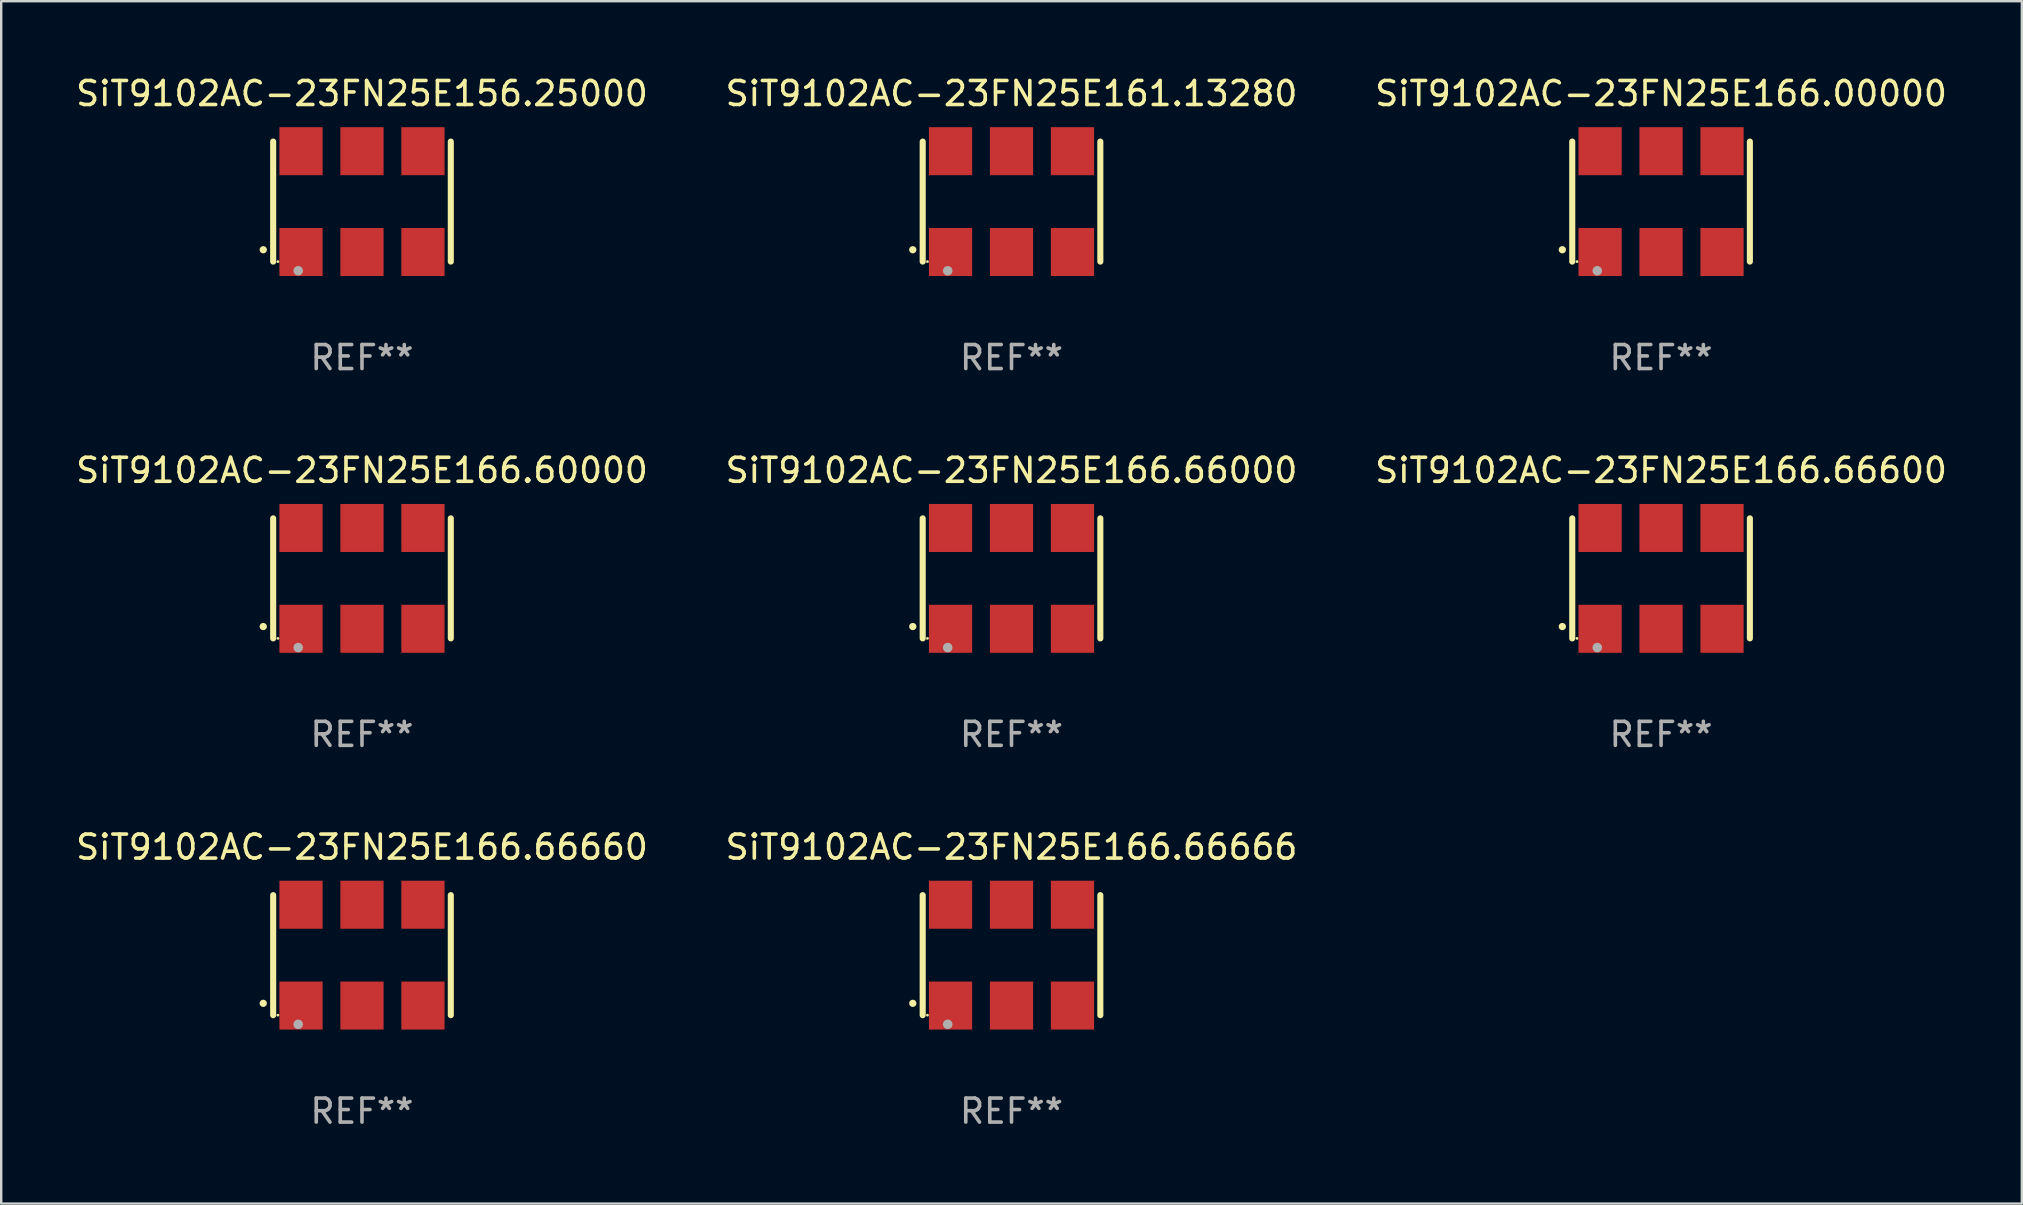
<source format=kicad_pcb>
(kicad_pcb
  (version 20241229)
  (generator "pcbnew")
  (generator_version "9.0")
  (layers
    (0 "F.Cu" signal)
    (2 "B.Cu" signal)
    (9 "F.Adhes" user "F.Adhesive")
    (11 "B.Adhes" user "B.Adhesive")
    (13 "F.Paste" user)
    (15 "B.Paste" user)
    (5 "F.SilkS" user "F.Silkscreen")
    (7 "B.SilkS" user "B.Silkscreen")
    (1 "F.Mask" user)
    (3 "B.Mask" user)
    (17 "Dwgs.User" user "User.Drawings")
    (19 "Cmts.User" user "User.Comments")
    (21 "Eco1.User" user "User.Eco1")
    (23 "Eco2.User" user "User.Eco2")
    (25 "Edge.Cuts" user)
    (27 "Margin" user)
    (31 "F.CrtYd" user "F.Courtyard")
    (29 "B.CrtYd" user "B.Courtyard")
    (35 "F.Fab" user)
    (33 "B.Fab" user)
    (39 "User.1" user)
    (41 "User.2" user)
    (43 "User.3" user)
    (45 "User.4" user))
  (footprint "SiT9102AC-23FN25E166.66600"
    (layer "F.Cu")
    (at 66.149 21.045)
    (property "Reference" "SiT9102AC-23FN25E166.66600" (at 0 -4.5 0) (layer "F.SilkS") (effects (font (size 1 1) (thickness 0.15))))
    (attr through_hole)
    (fp_line (start -3.7 -2.5) (end -3.7 2.5) (stroke (width 0.254) (type solid)) (layer "F.SilkS"))
    (fp_line (start 3.7 -2.5) (end 3.7 2.5) (stroke (width 0.254) (type solid)) (layer "F.SilkS"))
    (fp_arc (start -4.114415 2.006604) (mid -4.113145 2.006599) (end -4.111875 2.006604) (stroke (width 0.3) (type solid)) (layer "F.SilkS"))
    (fp_circle (center -3.502 2.5) (end -3.472 2.5) (stroke (width 0.06) (type solid)) (fill no) (layer "F.SilkS"))
    (fp_circle (center -2.657 2.882) (end -2.557 2.882) (stroke (width 0.2) (type solid)) (fill no) (layer "F.Fab"))
    (fp_text user "REF**" (at 0 6.5 0) (layer "F.Fab") (effects (font (size 1 1) (thickness 0.15))))
    (pad "1" smd rect (at -2.54 2.1) (size 1.8 2) (layers "F.Cu" "F.Mask" "F.Paste"))
    (pad "2" smd rect (at 0.000394 2.1) (size 1.8 2) (layers "F.Cu" "F.Mask" "F.Paste"))
    (pad "3" smd rect (at 2.54 2.1) (size 1.8 2) (layers "F.Cu" "F.Mask" "F.Paste"))
    (pad "4" smd rect (at 2.54 -2.1) (size 1.8 2) (layers "F.Cu" "F.Mask" "F.Paste"))
    (pad "5" smd rect (at 0.000394 -2.1) (size 1.8 2) (layers "F.Cu" "F.Mask" "F.Paste"))
    (pad "6" smd rect (at -2.54 -2.1) (size 1.8 2) (layers "F.Cu" "F.Mask" "F.Paste")))
  (footprint "SiT9102AC-23FN25E161.13280"
    (layer "F.Cu")
    (at 39.089 5.348)
    (property "Reference" "SiT9102AC-23FN25E161.13280" (at 0 -4.5 0) (layer "F.SilkS") (effects (font (size 1 1) (thickness 0.15))))
    (attr through_hole)
    (fp_line (start -3.7 -2.5) (end -3.7 2.5) (stroke (width 0.254) (type solid)) (layer "F.SilkS"))
    (fp_line (start 3.7 -2.5) (end 3.7 2.5) (stroke (width 0.254) (type solid)) (layer "F.SilkS"))
    (fp_arc (start -4.114415 2.006604) (mid -4.113145 2.006599) (end -4.111875 2.006604) (stroke (width 0.3) (type solid)) (layer "F.SilkS"))
    (fp_circle (center -3.502 2.5) (end -3.472 2.5) (stroke (width 0.06) (type solid)) (fill no) (layer "F.SilkS"))
    (fp_circle (center -2.657 2.882) (end -2.557 2.882) (stroke (width 0.2) (type solid)) (fill no) (layer "F.Fab"))
    (fp_text user "REF**" (at 0 6.5 0) (layer "F.Fab") (effects (font (size 1 1) (thickness 0.15))))
    (pad "1" smd rect (at -2.54 2.1) (size 1.8 2) (layers "F.Cu" "F.Mask" "F.Paste"))
    (pad "2" smd rect (at 0.000394 2.1) (size 1.8 2) (layers "F.Cu" "F.Mask" "F.Paste"))
    (pad "3" smd rect (at 2.54 2.1) (size 1.8 2) (layers "F.Cu" "F.Mask" "F.Paste"))
    (pad "4" smd rect (at 2.54 -2.1) (size 1.8 2) (layers "F.Cu" "F.Mask" "F.Paste"))
    (pad "5" smd rect (at 0.000394 -2.1) (size 1.8 2) (layers "F.Cu" "F.Mask" "F.Paste"))
    (pad "6" smd rect (at -2.54 -2.1) (size 1.8 2) (layers "F.Cu" "F.Mask" "F.Paste")))
  (footprint "SiT9102AC-23FN25E166.00000"
    (layer "F.Cu")
    (at 66.149 5.348)
    (property "Reference" "SiT9102AC-23FN25E166.00000" (at 0 -4.5 0) (layer "F.SilkS") (effects (font (size 1 1) (thickness 0.15))))
    (attr through_hole)
    (fp_line (start -3.7 -2.5) (end -3.7 2.5) (stroke (width 0.254) (type solid)) (layer "F.SilkS"))
    (fp_line (start 3.7 -2.5) (end 3.7 2.5) (stroke (width 0.254) (type solid)) (layer "F.SilkS"))
    (fp_arc (start -4.114415 2.006604) (mid -4.113145 2.006599) (end -4.111875 2.006604) (stroke (width 0.3) (type solid)) (layer "F.SilkS"))
    (fp_circle (center -3.502 2.5) (end -3.472 2.5) (stroke (width 0.06) (type solid)) (fill no) (layer "F.SilkS"))
    (fp_circle (center -2.657 2.882) (end -2.557 2.882) (stroke (width 0.2) (type solid)) (fill no) (layer "F.Fab"))
    (fp_text user "REF**" (at 0 6.5 0) (layer "F.Fab") (effects (font (size 1 1) (thickness 0.15))))
    (pad "1" smd rect (at -2.54 2.1) (size 1.8 2) (layers "F.Cu" "F.Mask" "F.Paste"))
    (pad "2" smd rect (at 0.000394 2.1) (size 1.8 2) (layers "F.Cu" "F.Mask" "F.Paste"))
    (pad "3" smd rect (at 2.54 2.1) (size 1.8 2) (layers "F.Cu" "F.Mask" "F.Paste"))
    (pad "4" smd rect (at 2.54 -2.1) (size 1.8 2) (layers "F.Cu" "F.Mask" "F.Paste"))
    (pad "5" smd rect (at 0.000394 -2.1) (size 1.8 2) (layers "F.Cu" "F.Mask" "F.Paste"))
    (pad "6" smd rect (at -2.54 -2.1) (size 1.8 2) (layers "F.Cu" "F.Mask" "F.Paste")))
  (footprint "SiT9102AC-23FN25E166.60000"
    (layer "F.Cu")
    (at 12.03 21.045)
    (property "Reference" "SiT9102AC-23FN25E166.60000" (at 0 -4.5 0) (layer "F.SilkS") (effects (font (size 1 1) (thickness 0.15))))
    (attr through_hole)
    (fp_line (start -3.7 -2.5) (end -3.7 2.5) (stroke (width 0.254) (type solid)) (layer "F.SilkS"))
    (fp_line (start 3.7 -2.5) (end 3.7 2.5) (stroke (width 0.254) (type solid)) (layer "F.SilkS"))
    (fp_arc (start -4.114415 2.006604) (mid -4.113145 2.006599) (end -4.111875 2.006604) (stroke (width 0.3) (type solid)) (layer "F.SilkS"))
    (fp_circle (center -3.502 2.5) (end -3.472 2.5) (stroke (width 0.06) (type solid)) (fill no) (layer "F.SilkS"))
    (fp_circle (center -2.657 2.882) (end -2.557 2.882) (stroke (width 0.2) (type solid)) (fill no) (layer "F.Fab"))
    (fp_text user "REF**" (at 0 6.5 0) (layer "F.Fab") (effects (font (size 1 1) (thickness 0.15))))
    (pad "1" smd rect (at -2.54 2.1) (size 1.8 2) (layers "F.Cu" "F.Mask" "F.Paste"))
    (pad "2" smd rect (at 0.000394 2.1) (size 1.8 2) (layers "F.Cu" "F.Mask" "F.Paste"))
    (pad "3" smd rect (at 2.54 2.1) (size 1.8 2) (layers "F.Cu" "F.Mask" "F.Paste"))
    (pad "4" smd rect (at 2.54 -2.1) (size 1.8 2) (layers "F.Cu" "F.Mask" "F.Paste"))
    (pad "5" smd rect (at 0.000394 -2.1) (size 1.8 2) (layers "F.Cu" "F.Mask" "F.Paste"))
    (pad "6" smd rect (at -2.54 -2.1) (size 1.8 2) (layers "F.Cu" "F.Mask" "F.Paste")))
  (footprint "SiT9102AC-23FN25E156.25000"
    (layer "F.Cu")
    (at 12.03 5.348)
    (property "Reference" "SiT9102AC-23FN25E156.25000" (at 0 -4.5 0) (layer "F.SilkS") (effects (font (size 1 1) (thickness 0.15))))
    (attr through_hole)
    (fp_line (start -3.7 -2.5) (end -3.7 2.5) (stroke (width 0.254) (type solid)) (layer "F.SilkS"))
    (fp_line (start 3.7 -2.5) (end 3.7 2.5) (stroke (width 0.254) (type solid)) (layer "F.SilkS"))
    (fp_arc (start -4.114415 2.006604) (mid -4.113145 2.006599) (end -4.111875 2.006604) (stroke (width 0.3) (type solid)) (layer "F.SilkS"))
    (fp_circle (center -3.502 2.5) (end -3.472 2.5) (stroke (width 0.06) (type solid)) (fill no) (layer "F.SilkS"))
    (fp_circle (center -2.657 2.882) (end -2.557 2.882) (stroke (width 0.2) (type solid)) (fill no) (layer "F.Fab"))
    (fp_text user "REF**" (at 0 6.5 0) (layer "F.Fab") (effects (font (size 1 1) (thickness 0.15))))
    (pad "1" smd rect (at -2.54 2.1) (size 1.8 2) (layers "F.Cu" "F.Mask" "F.Paste"))
    (pad "2" smd rect (at 0.000394 2.1) (size 1.8 2) (layers "F.Cu" "F.Mask" "F.Paste"))
    (pad "3" smd rect (at 2.54 2.1) (size 1.8 2) (layers "F.Cu" "F.Mask" "F.Paste"))
    (pad "4" smd rect (at 2.54 -2.1) (size 1.8 2) (layers "F.Cu" "F.Mask" "F.Paste"))
    (pad "5" smd rect (at 0.000394 -2.1) (size 1.8 2) (layers "F.Cu" "F.Mask" "F.Paste"))
    (pad "6" smd rect (at -2.54 -2.1) (size 1.8 2) (layers "F.Cu" "F.Mask" "F.Paste")))
  (footprint "SiT9102AC-23FN25E166.66000"
    (layer "F.Cu")
    (at 39.089 21.045)
    (property "Reference" "SiT9102AC-23FN25E166.66000" (at 0 -4.5 0) (layer "F.SilkS") (effects (font (size 1 1) (thickness 0.15))))
    (attr through_hole)
    (fp_line (start -3.7 -2.5) (end -3.7 2.5) (stroke (width 0.254) (type solid)) (layer "F.SilkS"))
    (fp_line (start 3.7 -2.5) (end 3.7 2.5) (stroke (width 0.254) (type solid)) (layer "F.SilkS"))
    (fp_arc (start -4.114415 2.006604) (mid -4.113145 2.006599) (end -4.111875 2.006604) (stroke (width 0.3) (type solid)) (layer "F.SilkS"))
    (fp_circle (center -3.502 2.5) (end -3.472 2.5) (stroke (width 0.06) (type solid)) (fill no) (layer "F.SilkS"))
    (fp_circle (center -2.657 2.882) (end -2.557 2.882) (stroke (width 0.2) (type solid)) (fill no) (layer "F.Fab"))
    (fp_text user "REF**" (at 0 6.5 0) (layer "F.Fab") (effects (font (size 1 1) (thickness 0.15))))
    (pad "1" smd rect (at -2.54 2.1) (size 1.8 2) (layers "F.Cu" "F.Mask" "F.Paste"))
    (pad "2" smd rect (at 0.000394 2.1) (size 1.8 2) (layers "F.Cu" "F.Mask" "F.Paste"))
    (pad "3" smd rect (at 2.54 2.1) (size 1.8 2) (layers "F.Cu" "F.Mask" "F.Paste"))
    (pad "4" smd rect (at 2.54 -2.1) (size 1.8 2) (layers "F.Cu" "F.Mask" "F.Paste"))
    (pad "5" smd rect (at 0.000394 -2.1) (size 1.8 2) (layers "F.Cu" "F.Mask" "F.Paste"))
    (pad "6" smd rect (at -2.54 -2.1) (size 1.8 2) (layers "F.Cu" "F.Mask" "F.Paste")))
  (footprint "SiT9102AC-23FN25E166.66660"
    (layer "F.Cu")
    (at 12.03 36.741)
    (property "Reference" "SiT9102AC-23FN25E166.66660" (at 0 -4.5 0) (layer "F.SilkS") (effects (font (size 1 1) (thickness 0.15))))
    (attr through_hole)
    (fp_line (start -3.7 -2.5) (end -3.7 2.5) (stroke (width 0.254) (type solid)) (layer "F.SilkS"))
    (fp_line (start 3.7 -2.5) (end 3.7 2.5) (stroke (width 0.254) (type solid)) (layer "F.SilkS"))
    (fp_arc (start -4.114415 2.006604) (mid -4.113145 2.006599) (end -4.111875 2.006604) (stroke (width 0.3) (type solid)) (layer "F.SilkS"))
    (fp_circle (center -3.502 2.5) (end -3.472 2.5) (stroke (width 0.06) (type solid)) (fill no) (layer "F.SilkS"))
    (fp_circle (center -2.657 2.882) (end -2.557 2.882) (stroke (width 0.2) (type solid)) (fill no) (layer "F.Fab"))
    (fp_text user "REF**" (at 0 6.5 0) (layer "F.Fab") (effects (font (size 1 1) (thickness 0.15))))
    (pad "1" smd rect (at -2.54 2.1) (size 1.8 2) (layers "F.Cu" "F.Mask" "F.Paste"))
    (pad "2" smd rect (at 0.000394 2.1) (size 1.8 2) (layers "F.Cu" "F.Mask" "F.Paste"))
    (pad "3" smd rect (at 2.54 2.1) (size 1.8 2) (layers "F.Cu" "F.Mask" "F.Paste"))
    (pad "4" smd rect (at 2.54 -2.1) (size 1.8 2) (layers "F.Cu" "F.Mask" "F.Paste"))
    (pad "5" smd rect (at 0.000394 -2.1) (size 1.8 2) (layers "F.Cu" "F.Mask" "F.Paste"))
    (pad "6" smd rect (at -2.54 -2.1) (size 1.8 2) (layers "F.Cu" "F.Mask" "F.Paste")))
  (footprint "SiT9102AC-23FN25E166.66666"
    (layer "F.Cu")
    (at 39.089 36.741)
    (property "Reference" "SiT9102AC-23FN25E166.66666" (at 0 -4.5 0) (layer "F.SilkS") (effects (font (size 1 1) (thickness 0.15))))
    (attr through_hole)
    (fp_line (start -3.7 -2.5) (end -3.7 2.5) (stroke (width 0.254) (type solid)) (layer "F.SilkS"))
    (fp_line (start 3.7 -2.5) (end 3.7 2.5) (stroke (width 0.254) (type solid)) (layer "F.SilkS"))
    (fp_arc (start -4.114415 2.006604) (mid -4.113145 2.006599) (end -4.111875 2.006604) (stroke (width 0.3) (type solid)) (layer "F.SilkS"))
    (fp_circle (center -3.502 2.5) (end -3.472 2.5) (stroke (width 0.06) (type solid)) (fill no) (layer "F.SilkS"))
    (fp_circle (center -2.657 2.882) (end -2.557 2.882) (stroke (width 0.2) (type solid)) (fill no) (layer "F.Fab"))
    (fp_text user "REF**" (at 0 6.5 0) (layer "F.Fab") (effects (font (size 1 1) (thickness 0.15))))
    (pad "1" smd rect (at -2.54 2.1) (size 1.8 2) (layers "F.Cu" "F.Mask" "F.Paste"))
    (pad "2" smd rect (at 0.000394 2.1) (size 1.8 2) (layers "F.Cu" "F.Mask" "F.Paste"))
    (pad "3" smd rect (at 2.54 2.1) (size 1.8 2) (layers "F.Cu" "F.Mask" "F.Paste"))
    (pad "4" smd rect (at 2.54 -2.1) (size 1.8 2) (layers "F.Cu" "F.Mask" "F.Paste"))
    (pad "5" smd rect (at 0.000394 -2.1) (size 1.8 2) (layers "F.Cu" "F.Mask" "F.Paste"))
    (pad "6" smd rect (at -2.54 -2.1) (size 1.8 2) (layers "F.Cu" "F.Mask" "F.Paste")))
  (gr_rect
    (start -3 -3)
    (end 81.179 47.09)
    (stroke (width 0.1) (type default))
    (fill no)
    (layer "Edge.Cuts")))
</source>
